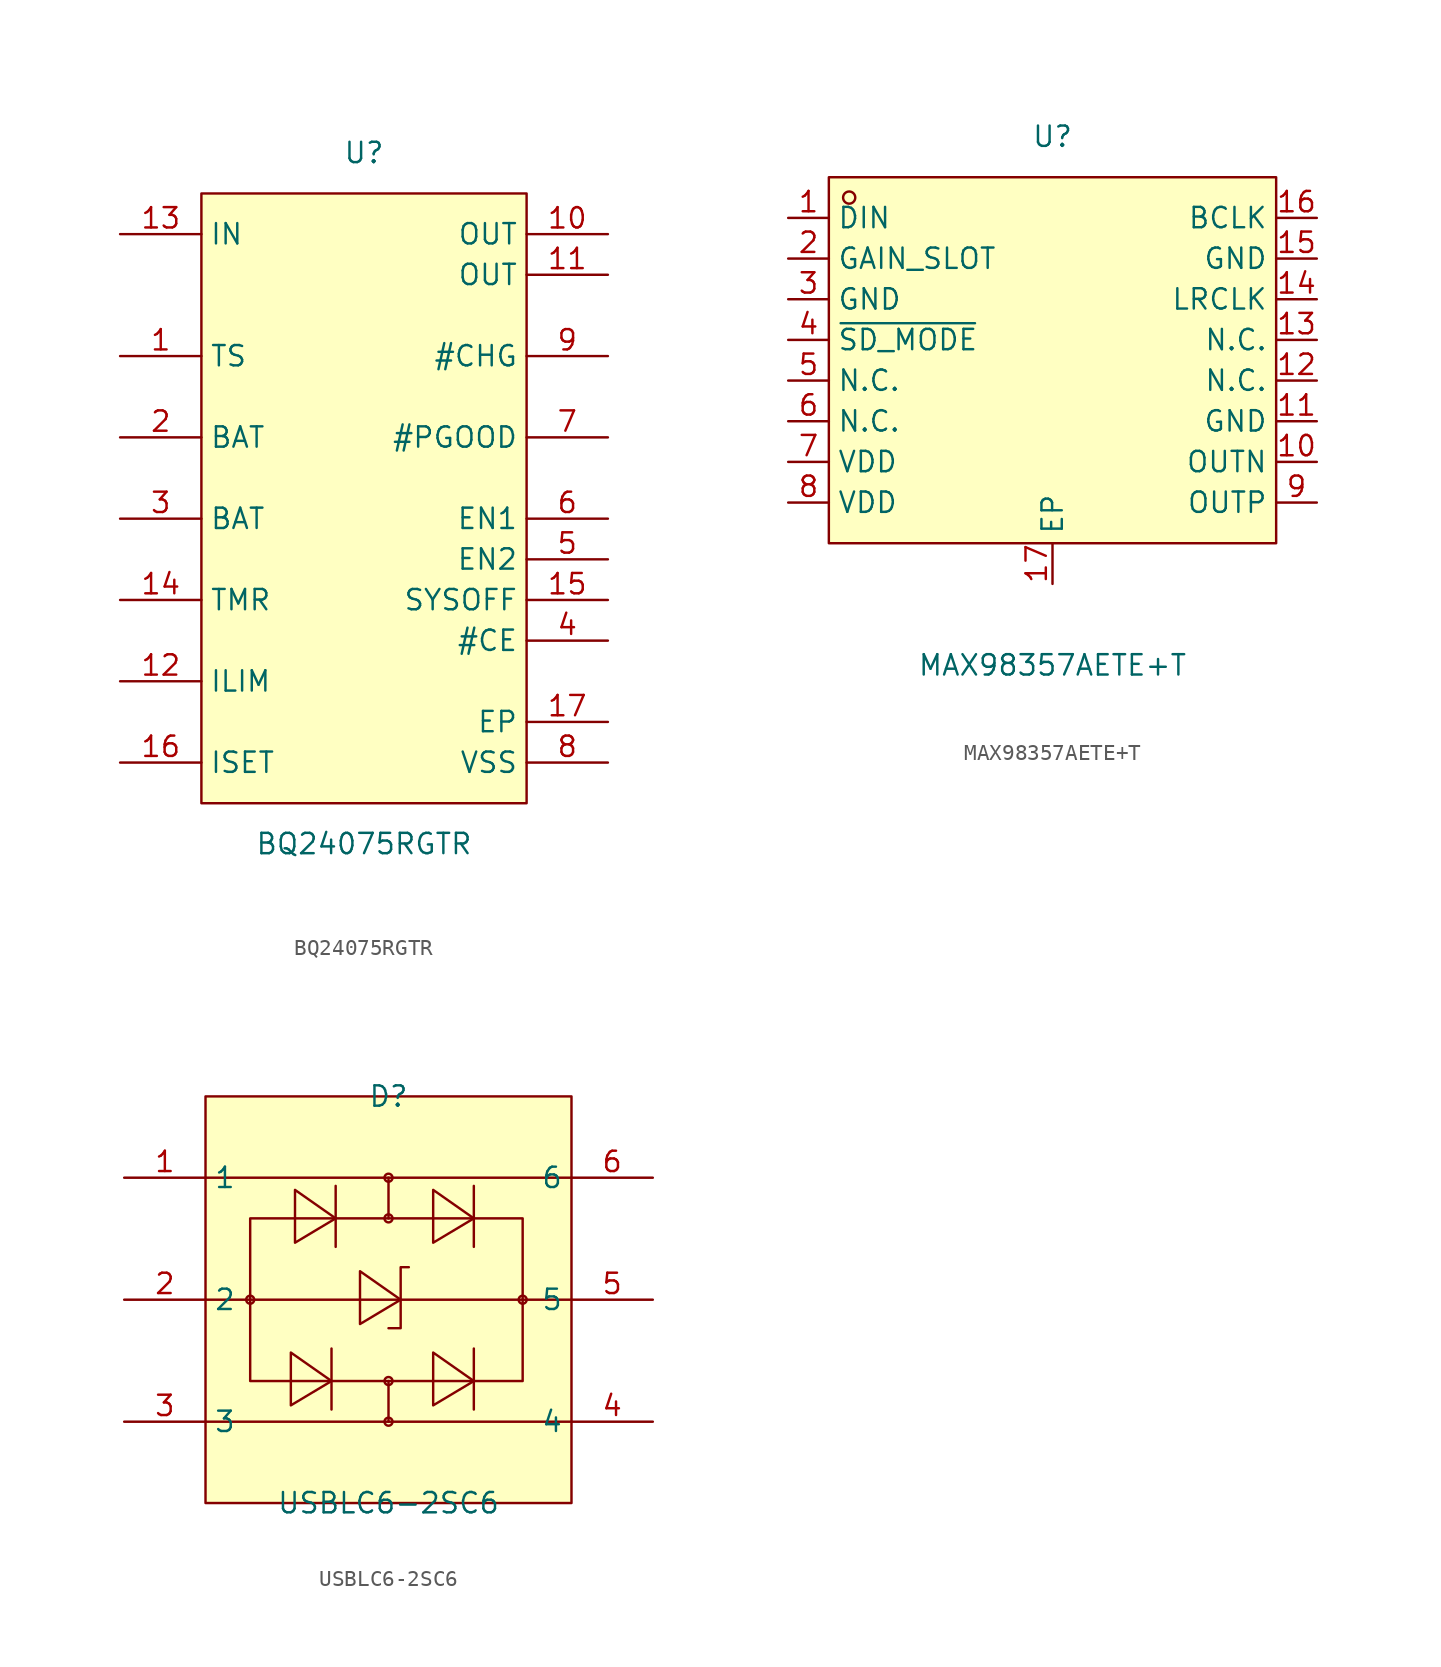
<source format=kicad_sym>
(kicad_symbol_lib
  (version 20241209)
  (generator "kicad_symbol_editor")
  (generator_version "9.0")
  (symbol "BQ24075RGTR"
    (property "Reference" "U"
      (at 0 21.59 0)
      (effects (font (size 1.27 1.27))))
    (property "Value" "BQ24075RGTR"
      (at 0 -21.59 0)
      (effects (font (size 1.27 1.27))))
    (symbol "BQ24075RGTR_0_1"
      (rectangle (start -10.16 19.05) (end 10.16 -19.05) (stroke (width 0) (type default)) (fill (type background)))
      (pin power_in line (at -15.24 16.51 0) (length 5.08) (name "IN" (effects (font (size 1.27 1.27)))) (number "13" (effects (font (size 1.27 1.27)))))
      (pin unspecified line (at -15.24 8.89 0) (length 5.08) (name "TS" (effects (font (size 1.27 1.27)))) (number "1" (effects (font (size 1.27 1.27)))))
      (pin power_in line (at -15.24 3.81 0) (length 5.08) (name "BAT" (effects (font (size 1.27 1.27)))) (number "2" (effects (font (size 1.27 1.27)))))
      (pin power_in line (at -15.24 -1.27 0) (length 5.08) (name "BAT" (effects (font (size 1.27 1.27)))) (number "3" (effects (font (size 1.27 1.27)))))
      (pin unspecified line (at -15.24 -6.35 0) (length 5.08) (name "TMR" (effects (font (size 1.27 1.27)))) (number "14" (effects (font (size 1.27 1.27)))))
      (pin unspecified line (at -15.24 -11.43 0) (length 5.08) (name "ILIM" (effects (font (size 1.27 1.27)))) (number "12" (effects (font (size 1.27 1.27)))))
      (pin bidirectional line (at -15.24 -16.51 0) (length 5.08) (name "ISET" (effects (font (size 1.27 1.27)))) (number "16" (effects (font (size 1.27 1.27)))))
      (pin power_in line (at 15.24 16.51 180) (length 5.08) (name "OUT" (effects (font (size 1.27 1.27)))) (number "10" (effects (font (size 1.27 1.27)))))
      (pin power_in line (at 15.24 13.97 180) (length 5.08) (name "OUT" (effects (font (size 1.27 1.27)))) (number "11" (effects (font (size 1.27 1.27)))))
      (pin unspecified line (at 15.24 8.89 180) (length 5.08) (name "#CHG" (effects (font (size 1.27 1.27)))) (number "9" (effects (font (size 1.27 1.27)))))
      (pin unspecified line (at 15.24 3.81 180) (length 5.08) (name "#PGOOD" (effects (font (size 1.27 1.27)))) (number "7" (effects (font (size 1.27 1.27)))))
      (pin unspecified line (at 15.24 -1.27 180) (length 5.08) (name "EN1" (effects (font (size 1.27 1.27)))) (number "6" (effects (font (size 1.27 1.27)))))
      (pin unspecified line (at 15.24 -3.81 180) (length 5.08) (name "EN2" (effects (font (size 1.27 1.27)))) (number "5" (effects (font (size 1.27 1.27)))))
      (pin unspecified line (at 15.24 -6.35 180) (length 5.08) (name "SYSOFF" (effects (font (size 1.27 1.27)))) (number "15" (effects (font (size 1.27 1.27)))))
      (pin unspecified line (at 15.24 -8.89 180) (length 5.08) (name "#CE" (effects (font (size 1.27 1.27)))) (number "4" (effects (font (size 1.27 1.27)))))
      (pin power_in line (at 15.24 -13.97 180) (length 5.08) (name "EP" (effects (font (size 1.27 1.27)))) (number "17" (effects (font (size 1.27 1.27)))))
      (pin power_in line (at 15.24 -16.51 180) (length 5.08) (name "VSS" (effects (font (size 1.27 1.27)))) (number "8" (effects (font (size 1.27 1.27)))))))
  (symbol "MAX98357AETE+T"
    (property "Reference" "U"
      (at 0 13.97 0)
      (effects (font (size 1.27 1.27))))
    (property "Value" "MAX98357AETE+T"
      (at 0 -19.05 0)
      (effects (font (size 1.27 1.27))))
    (symbol "MAX98357AETE+T_0_1"
      (rectangle (start -13.97 11.43) (end 13.97 -11.43) (stroke (width 0) (type default)) (fill (type background)))
      (circle (center -12.7 10.16) (radius 0.38) (stroke (width 0) (type default)) (fill (type none)))
      (pin unspecified line (at -16.51 8.89 0) (length 2.54) (name "DIN" (effects (font (size 1.27 1.27)))) (number "1" (effects (font (size 1.27 1.27)))))
      (pin unspecified line (at -16.51 6.35 0) (length 2.54) (name "GAIN_SLOT" (effects (font (size 1.27 1.27)))) (number "2" (effects (font (size 1.27 1.27)))))
      (pin unspecified line (at -16.51 3.81 0) (length 2.54) (name "GND" (effects (font (size 1.27 1.27)))) (number "3" (effects (font (size 1.27 1.27)))))
      (pin unspecified line (at -16.51 1.27 0) (length 2.54) (name "~{SD_MODE}" (effects (font (size 1.27 1.27)))) (number "4" (effects (font (size 1.27 1.27)))))
      (pin unspecified line (at -16.51 -1.27 0) (length 2.54) (name "N.C." (effects (font (size 1.27 1.27)))) (number "5" (effects (font (size 1.27 1.27)))))
      (pin unspecified line (at -16.51 -3.81 0) (length 2.54) (name "N.C." (effects (font (size 1.27 1.27)))) (number "6" (effects (font (size 1.27 1.27)))))
      (pin unspecified line (at -16.51 -6.35 0) (length 2.54) (name "VDD" (effects (font (size 1.27 1.27)))) (number "7" (effects (font (size 1.27 1.27)))))
      (pin unspecified line (at -16.51 -8.89 0) (length 2.54) (name "VDD" (effects (font (size 1.27 1.27)))) (number "8" (effects (font (size 1.27 1.27)))))
      (pin unspecified line (at 0 -13.97 90) (length 2.54) (name "EP" (effects (font (size 1.27 1.27)))) (number "17" (effects (font (size 1.27 1.27)))))
      (pin unspecified line (at 16.51 8.89 180) (length 2.54) (name "BCLK" (effects (font (size 1.27 1.27)))) (number "16" (effects (font (size 1.27 1.27)))))
      (pin unspecified line (at 16.51 6.35 180) (length 2.54) (name "GND" (effects (font (size 1.27 1.27)))) (number "15" (effects (font (size 1.27 1.27)))))
      (pin unspecified line (at 16.51 3.81 180) (length 2.54) (name "LRCLK" (effects (font (size 1.27 1.27)))) (number "14" (effects (font (size 1.27 1.27)))))
      (pin unspecified line (at 16.51 1.27 180) (length 2.54) (name "N.C." (effects (font (size 1.27 1.27)))) (number "13" (effects (font (size 1.27 1.27)))))
      (pin unspecified line (at 16.51 -1.27 180) (length 2.54) (name "N.C." (effects (font (size 1.27 1.27)))) (number "12" (effects (font (size 1.27 1.27)))))
      (pin unspecified line (at 16.51 -3.81 180) (length 2.54) (name "GND" (effects (font (size 1.27 1.27)))) (number "11" (effects (font (size 1.27 1.27)))))
      (pin unspecified line (at 16.51 -6.35 180) (length 2.54) (name "OUTN" (effects (font (size 1.27 1.27)))) (number "10" (effects (font (size 1.27 1.27)))))
      (pin unspecified line (at 16.51 -8.89 180) (length 2.54) (name "OUTP" (effects (font (size 1.27 1.27)))) (number "9" (effects (font (size 1.27 1.27)))))))
  (symbol "USBLC6-2SC6"
    (property "Reference" "D"
      (at 0 12.70 0)
      (effects (font (size 1.27 1.27))))
    (property "Value" "USBLC6-2SC6"
      (at 0 -12.70 0)
      (effects (font (size 1.27 1.27))))
    (symbol "USBLC6-2SC6_0_1"
      (rectangle (start -11.43 12.70) (end 11.43 -12.70) (stroke (width 0) (type default) (color 0 0 0 0)) (fill (type background)))
      (circle (center 0.00 7.62) (radius 0.25) (stroke (width 0) (type default) (color 0 0 0 0)) (fill (type none)))
      (circle (center 0.00 5.08) (radius 0.25) (stroke (width 0) (type default) (color 0 0 0 0)) (fill (type none)))
      (circle (center -8.64 -0.00) (radius 0.25) (stroke (width 0) (type default) (color 0 0 0 0)) (fill (type none)))
      (circle (center 8.38 -0.00) (radius 0.25) (stroke (width 0) (type default) (color 0 0 0 0)) (fill (type none)))
      (circle (center 0.00 -5.08) (radius 0.25) (stroke (width 0) (type default) (color 0 0 0 0)) (fill (type none)))
      (circle (center 0.00 -7.62) (radius 0.25) (stroke (width 0) (type default) (color 0 0 0 0)) (fill (type none)))
      (polyline (pts (xy -1.78 -1.52) (xy 0.76 -0.00) (xy -1.78 1.78) (xy -1.78 -1.52)) (stroke (width 0) (type default) (color 0 0 0 0)) (fill (type background)))
      (polyline (pts (xy -5.84 3.56) (xy -3.30 5.08) (xy -5.84 6.86) (xy -5.84 3.56)) (stroke (width 0) (type default) (color 0 0 0 0)) (fill (type background)))
      (polyline (pts (xy 2.79 3.56) (xy 5.33 5.08) (xy 2.79 6.86) (xy 2.79 3.56)) (stroke (width 0) (type default) (color 0 0 0 0)) (fill (type background)))
      (polyline (pts (xy -6.10 -6.60) (xy -3.56 -5.08) (xy -6.10 -3.30) (xy -6.10 -6.60)) (stroke (width 0) (type default) (color 0 0 0 0)) (fill (type background)))
      (polyline (pts (xy 2.79 -6.60) (xy 5.33 -5.08) (xy 2.79 -3.30) (xy 2.79 -6.60)) (stroke (width 0) (type default) (color 0 0 0 0)) (fill (type background)))
      (polyline (pts (xy -11.43 7.62) (xy 11.43 7.62)) (stroke (width 0) (type default) (color 0 0 0 0)) (fill (type none)))
      (polyline (pts (xy -11.43 -7.62) (xy 11.43 -7.62)) (stroke (width 0) (type default) (color 0 0 0 0)) (fill (type none)))
      (polyline (pts (xy -11.43 -0.00) (xy 11.43 -0.00)) (stroke (width 0) (type default) (color 0 0 0 0)) (fill (type none)))
      (polyline (pts (xy 1.27 2.03) (xy 0.76 2.03) (xy 0.76 -1.78) (xy 0.00 -1.78)) (stroke (width 0) (type default) (color 0 0 0 0)) (fill (type none)))
      (polyline (pts (xy -8.64 -0.00) (xy -8.64 5.08) (xy 8.38 5.08) (xy 8.38 -5.08) (xy -8.64 -5.08) (xy -8.64 -0.00)) (stroke (width 0) (type default) (color 0 0 0 0)) (fill (type background)))
      (polyline (pts (xy 0.00 7.62) (xy 0.00 5.08)) (stroke (width 0) (type default) (color 0 0 0 0)) (fill (type none)))
      (polyline (pts (xy 0.00 -7.62) (xy 0.00 -5.08)) (stroke (width 0) (type default) (color 0 0 0 0)) (fill (type none)))
      (polyline (pts (xy -3.30 7.11) (xy -3.30 7.11) (xy -3.30 3.30) (xy -3.30 3.30)) (stroke (width 0) (type default) (color 0 0 0 0)) (fill (type none)))
      (polyline (pts (xy 5.33 7.11) (xy 5.33 7.11) (xy 5.33 3.30) (xy 5.33 3.30)) (stroke (width 0) (type default) (color 0 0 0 0)) (fill (type none)))
      (polyline (pts (xy -3.56 -3.05) (xy -3.56 -3.05) (xy -3.56 -6.86) (xy -3.56 -6.86)) (stroke (width 0) (type default) (color 0 0 0 0)) (fill (type none)))
      (polyline (pts (xy 5.33 -3.05) (xy 5.33 -3.05) (xy 5.33 -6.86) (xy 5.33 -6.86)) (stroke (width 0) (type default) (color 0 0 0 0)) (fill (type none)))
      (pin input line (at -16.51 7.62 0) (length 5.08) (name "1" (effects (font (size 1.27 1.27)))) (number "1" (effects (font (size 1.27 1.27)))))
      (pin input line (at -16.51 -0.00 0) (length 5.08) (name "2" (effects (font (size 1.27 1.27)))) (number "2" (effects (font (size 1.27 1.27)))))
      (pin input line (at -16.51 -7.62 0) (length 5.08) (name "3" (effects (font (size 1.27 1.27)))) (number "3" (effects (font (size 1.27 1.27)))))
      (pin input line (at 16.51 -7.62 180) (length 5.08) (name "4" (effects (font (size 1.27 1.27)))) (number "4" (effects (font (size 1.27 1.27)))))
      (pin input line (at 16.51 -0.00 180) (length 5.08) (name "5" (effects (font (size 1.27 1.27)))) (number "5" (effects (font (size 1.27 1.27)))))
      (pin input line (at 16.51 7.62 180) (length 5.08) (name "6" (effects (font (size 1.27 1.27)))) (number "6" (effects (font (size 1.27 1.27))))))))
</source>
